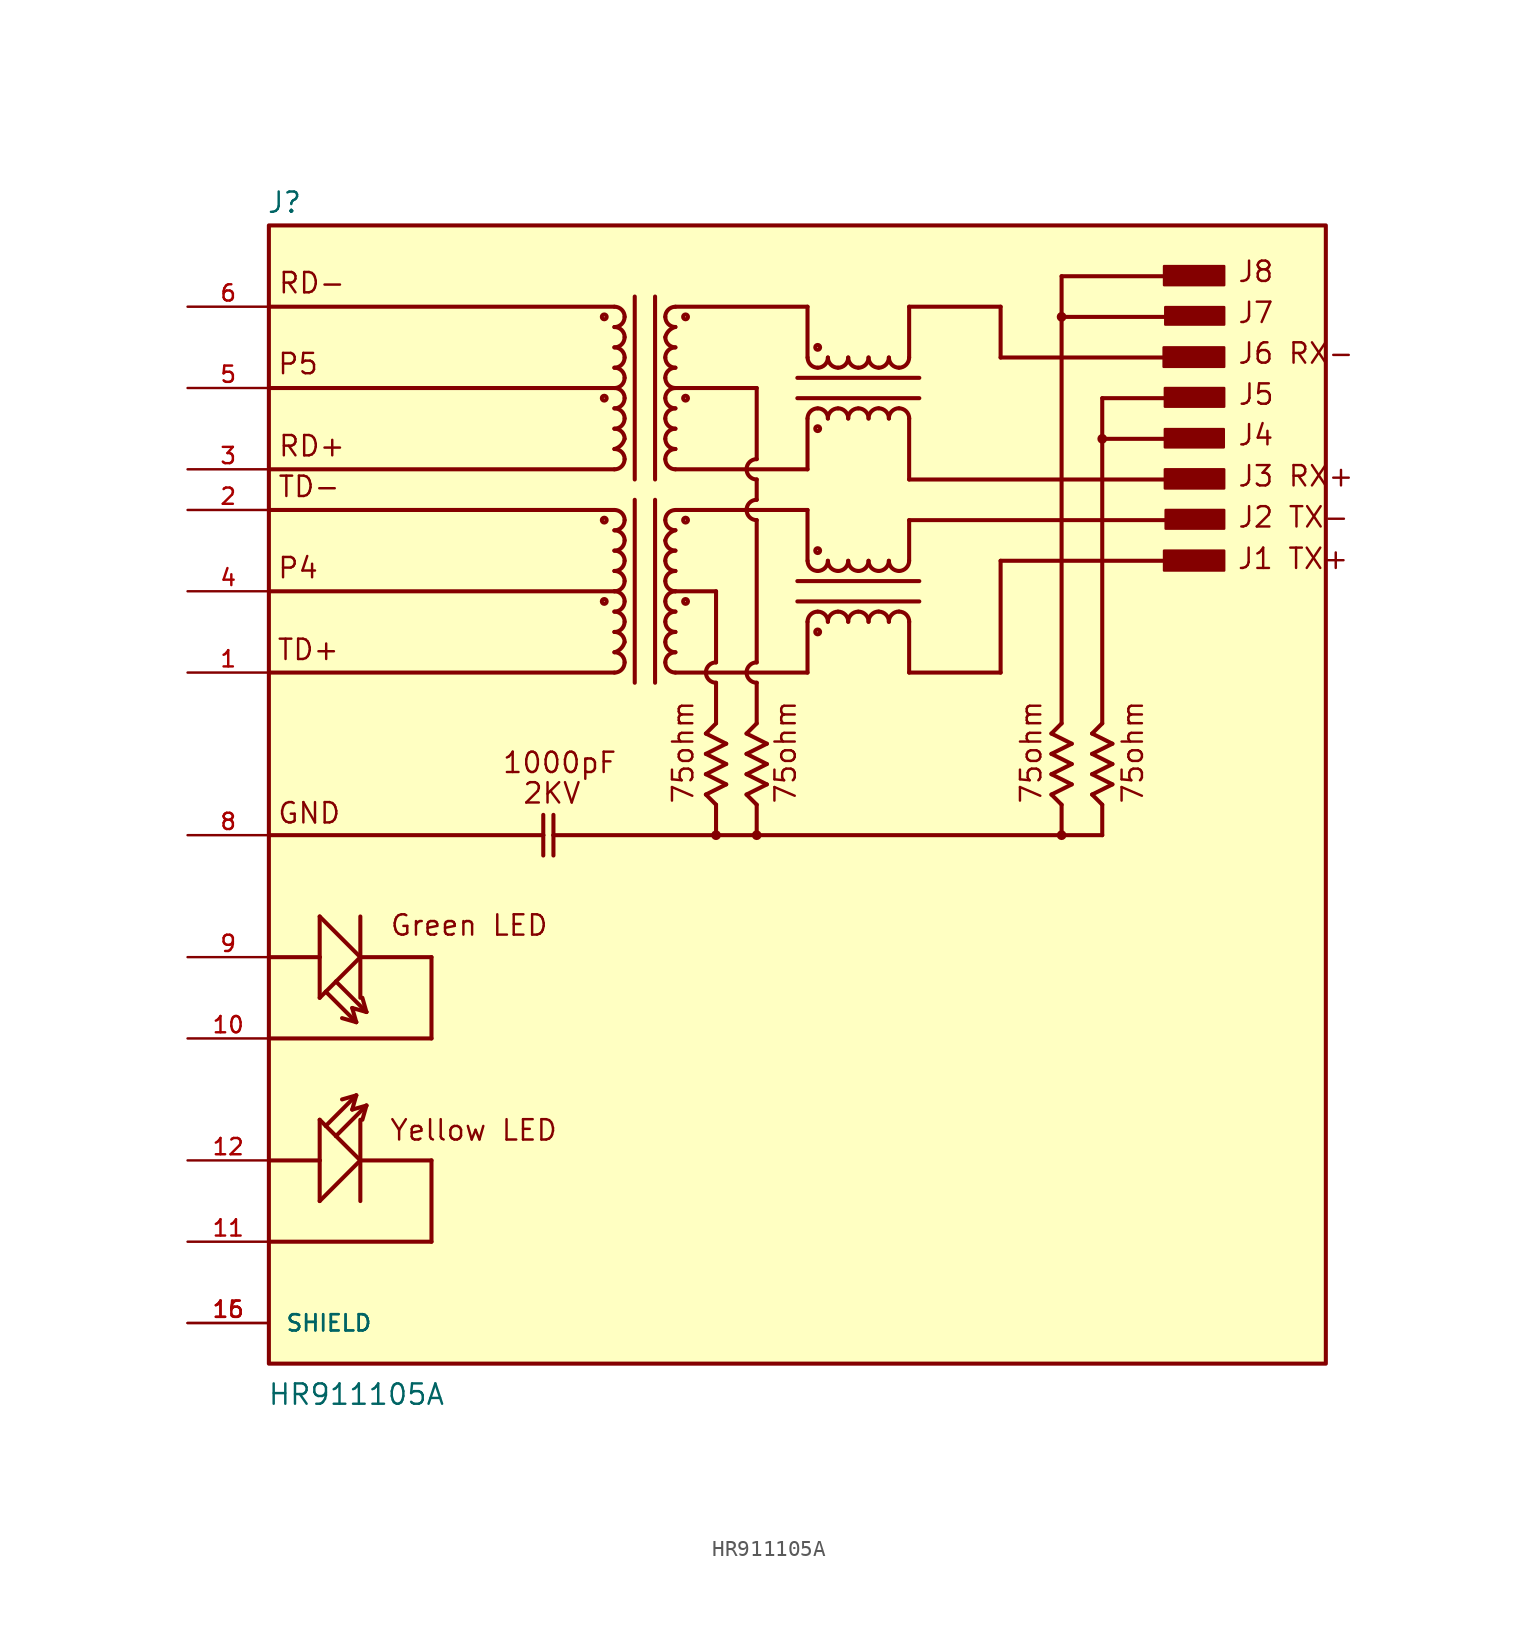
<source format=kicad_sym>
(kicad_symbol_lib
  (version 20211014)
  (generator kicad_symbol_editor)
  (symbol "HR911105A"
    (pin_names
      (offset 1.016))
    (property "Reference" "J"
      (at -33.172 36.246 0)
      (effects (font (size 1.27 1.27)) (justify left bottom)))
    (property "Value" "HR911105A"
      (at -33.122 -38.227 0)
      (effects (font (size 1.27 1.27)) (justify left bottom)))
    (property "ki_locked" ""
      (at 0 0 0)
      (effects (font (size 1.27 1.27))))
    (symbol "HR911105A_0_0"
      (rectangle (start -33.02 -35.56) (end 33.02 35.56) (stroke (width 0.254) (type default) (color 0 0 0 0)) (fill (type background)))
      (circle (center -12.065 12.065) (radius 0.152) (stroke (width 0.254) (type default) (color 0 0 0 0)) (fill (type none)))
      (circle (center -12.065 17.145) (radius 0.152) (stroke (width 0.254) (type default) (color 0 0 0 0)) (fill (type none)))
      (circle (center -12.065 24.765) (radius 0.152) (stroke (width 0.254) (type default) (color 0 0 0 0)) (fill (type none)))
      (circle (center -12.065 29.845) (radius 0.152) (stroke (width 0.254) (type default) (color 0 0 0 0)) (fill (type none)))
      (arc (start -11.43 7.62) (mid -10.981 7.806) (end -10.795 8.255) (stroke (width 0.254) (type default) (color 0 0 0 0)) (fill (type none)))
      (arc (start -11.43 8.89) (mid -11.0269 9.1219) (end -10.795 9.525) (stroke (width 0.254) (type default) (color 0 0 0 0)) (fill (type none)))
      (arc (start -11.43 10.16) (mid -10.981 10.346) (end -10.795 10.795) (stroke (width 0.254) (type default) (color 0 0 0 0)) (fill (type none)))
      (arc (start -11.43 11.43) (mid -10.981 11.616) (end -10.795 12.065) (stroke (width 0.254) (type default) (color 0 0 0 0)) (fill (type none)))
      (arc (start -11.43 12.7) (mid -10.981 12.886) (end -10.795 13.335) (stroke (width 0.254) (type default) (color 0 0 0 0)) (fill (type none)))
      (arc (start -11.43 13.97) (mid -10.981 14.156) (end -10.795 14.605) (stroke (width 0.254) (type default) (color 0 0 0 0)) (fill (type none)))
      (arc (start -11.43 15.24) (mid -10.981 15.426) (end -10.795 15.875) (stroke (width 0.254) (type default) (color 0 0 0 0)) (fill (type none)))
      (arc (start -11.43 16.51) (mid -10.981 16.696) (end -10.795 17.145) (stroke (width 0.254) (type default) (color 0 0 0 0)) (fill (type none)))
      (arc (start -11.43 20.32) (mid -10.981 20.506) (end -10.795 20.955) (stroke (width 0.254) (type default) (color 0 0 0 0)) (fill (type none)))
      (arc (start -11.43 21.59) (mid -11.0269 21.8219) (end -10.795 22.225) (stroke (width 0.254) (type default) (color 0 0 0 0)) (fill (type none)))
      (arc (start -11.43 22.86) (mid -10.981 23.046) (end -10.795 23.495) (stroke (width 0.254) (type default) (color 0 0 0 0)) (fill (type none)))
      (arc (start -11.43 24.13) (mid -10.981 24.316) (end -10.795 24.765) (stroke (width 0.254) (type default) (color 0 0 0 0)) (fill (type none)))
      (arc (start -11.43 25.4) (mid -10.981 25.586) (end -10.795 26.035) (stroke (width 0.254) (type default) (color 0 0 0 0)) (fill (type none)))
      (arc (start -11.43 26.67) (mid -10.981 26.856) (end -10.795 27.305) (stroke (width 0.254) (type default) (color 0 0 0 0)) (fill (type none)))
      (arc (start -11.43 27.94) (mid -10.981 28.126) (end -10.795 28.575) (stroke (width 0.254) (type default) (color 0 0 0 0)) (fill (type none)))
      (arc (start -11.43 29.21) (mid -10.981 29.396) (end -10.795 29.845) (stroke (width 0.254) (type default) (color 0 0 0 0)) (fill (type none)))
      (arc (start -10.795 8.255) (mid -10.981 8.704) (end -11.43 8.89) (stroke (width 0.254) (type default) (color 0 0 0 0)) (fill (type none)))
      (arc (start -10.795 9.525) (mid -10.981 9.974) (end -11.43 10.16) (stroke (width 0.254) (type default) (color 0 0 0 0)) (fill (type none)))
      (arc (start -10.795 10.795) (mid -10.981 11.244) (end -11.43 11.43) (stroke (width 0.254) (type default) (color 0 0 0 0)) (fill (type none)))
      (arc (start -10.795 12.065) (mid -10.981 12.514) (end -11.43 12.7) (stroke (width 0.254) (type default) (color 0 0 0 0)) (fill (type none)))
      (arc (start -10.795 13.335) (mid -10.981 13.784) (end -11.43 13.97) (stroke (width 0.254) (type default) (color 0 0 0 0)) (fill (type none)))
      (arc (start -10.795 14.605) (mid -10.981 15.054) (end -11.43 15.24) (stroke (width 0.254) (type default) (color 0 0 0 0)) (fill (type none)))
      (arc (start -10.795 15.875) (mid -10.981 16.324) (end -11.43 16.51) (stroke (width 0.254) (type default) (color 0 0 0 0)) (fill (type none)))
      (arc (start -10.795 17.145) (mid -10.981 17.594) (end -11.43 17.78) (stroke (width 0.254) (type default) (color 0 0 0 0)) (fill (type none)))
      (arc (start -10.795 20.955) (mid -10.981 21.404) (end -11.43 21.59) (stroke (width 0.254) (type default) (color 0 0 0 0)) (fill (type none)))
      (arc (start -10.795 22.225) (mid -10.981 22.674) (end -11.43 22.86) (stroke (width 0.254) (type default) (color 0 0 0 0)) (fill (type none)))
      (arc (start -10.795 23.495) (mid -10.981 23.944) (end -11.43 24.13) (stroke (width 0.254) (type default) (color 0 0 0 0)) (fill (type none)))
      (arc (start -10.795 24.765) (mid -10.981 25.214) (end -11.43 25.4) (stroke (width 0.254) (type default) (color 0 0 0 0)) (fill (type none)))
      (arc (start -10.795 26.035) (mid -10.981 26.484) (end -11.43 26.67) (stroke (width 0.254) (type default) (color 0 0 0 0)) (fill (type none)))
      (arc (start -10.795 27.305) (mid -10.981 27.754) (end -11.43 27.94) (stroke (width 0.254) (type default) (color 0 0 0 0)) (fill (type none)))
      (arc (start -10.795 28.575) (mid -10.981 29.024) (end -11.43 29.21) (stroke (width 0.254) (type default) (color 0 0 0 0)) (fill (type none)))
      (arc (start -10.795 29.845) (mid -10.981 30.294) (end -11.43 30.48) (stroke (width 0.254) (type default) (color 0 0 0 0)) (fill (type none)))
      (arc (start -8.255 8.255) (mid -8.069 7.806) (end -7.62 7.62) (stroke (width 0.254) (type default) (color 0 0 0 0)) (fill (type none)))
      (arc (start -8.255 9.525) (mid -8.069 9.076) (end -7.62 8.89) (stroke (width 0.254) (type default) (color 0 0 0 0)) (fill (type none)))
      (arc (start -8.255 10.795) (mid -8.069 10.346) (end -7.62 10.16) (stroke (width 0.254) (type default) (color 0 0 0 0)) (fill (type none)))
      (arc (start -8.255 12.065) (mid -8.069 11.616) (end -7.62 11.43) (stroke (width 0.254) (type default) (color 0 0 0 0)) (fill (type none)))
      (arc (start -8.255 13.335) (mid -8.069 12.886) (end -7.62 12.7) (stroke (width 0.254) (type default) (color 0 0 0 0)) (fill (type none)))
      (arc (start -8.255 14.605) (mid -8.069 14.156) (end -7.62 13.97) (stroke (width 0.254) (type default) (color 0 0 0 0)) (fill (type none)))
      (arc (start -8.255 15.875) (mid -8.069 15.426) (end -7.62 15.24) (stroke (width 0.254) (type default) (color 0 0 0 0)) (fill (type none)))
      (arc (start -8.255 17.145) (mid -8.069 16.696) (end -7.62 16.51) (stroke (width 0.254) (type default) (color 0 0 0 0)) (fill (type none)))
      (arc (start -8.255 20.955) (mid -8.069 20.506) (end -7.62 20.32) (stroke (width 0.254) (type default) (color 0 0 0 0)) (fill (type none)))
      (arc (start -8.255 22.225) (mid -8.069 21.776) (end -7.62 21.59) (stroke (width 0.254) (type default) (color 0 0 0 0)) (fill (type none)))
      (arc (start -8.255 23.495) (mid -8.069 23.046) (end -7.62 22.86) (stroke (width 0.254) (type default) (color 0 0 0 0)) (fill (type none)))
      (arc (start -8.255 24.765) (mid -8.069 24.316) (end -7.62 24.13) (stroke (width 0.254) (type default) (color 0 0 0 0)) (fill (type none)))
      (arc (start -8.255 26.035) (mid -8.069 25.586) (end -7.62 25.4) (stroke (width 0.254) (type default) (color 0 0 0 0)) (fill (type none)))
      (arc (start -8.255 27.305) (mid -8.069 26.856) (end -7.62 26.67) (stroke (width 0.254) (type default) (color 0 0 0 0)) (fill (type none)))
      (arc (start -8.255 28.575) (mid -8.069 28.126) (end -7.62 27.94) (stroke (width 0.254) (type default) (color 0 0 0 0)) (fill (type none)))
      (arc (start -8.255 29.845) (mid -8.069 29.396) (end -7.62 29.21) (stroke (width 0.254) (type default) (color 0 0 0 0)) (fill (type none)))
      (arc (start -7.62 8.89) (mid -8.069 8.704) (end -8.255 8.255) (stroke (width 0.254) (type default) (color 0 0 0 0)) (fill (type none)))
      (arc (start -7.62 10.16) (mid -8.069 9.974) (end -8.255 9.525) (stroke (width 0.254) (type default) (color 0 0 0 0)) (fill (type none)))
      (arc (start -7.62 11.43) (mid -8.069 11.244) (end -8.255 10.795) (stroke (width 0.254) (type default) (color 0 0 0 0)) (fill (type none)))
      (arc (start -7.62 12.7) (mid -8.069 12.514) (end -8.255 12.065) (stroke (width 0.254) (type default) (color 0 0 0 0)) (fill (type none)))
      (arc (start -7.62 13.97) (mid -8.069 13.784) (end -8.255 13.335) (stroke (width 0.254) (type default) (color 0 0 0 0)) (fill (type none)))
      (arc (start -7.62 15.24) (mid -8.069 15.054) (end -8.255 14.605) (stroke (width 0.254) (type default) (color 0 0 0 0)) (fill (type none)))
      (arc (start -7.62 16.51) (mid -8.0231 16.2781) (end -8.255 15.875) (stroke (width 0.254) (type default) (color 0 0 0 0)) (fill (type none)))
      (arc (start -7.62 17.78) (mid -8.069 17.594) (end -8.255 17.145) (stroke (width 0.254) (type default) (color 0 0 0 0)) (fill (type none)))
      (arc (start -7.62 21.59) (mid -8.069 21.404) (end -8.255 20.955) (stroke (width 0.254) (type default) (color 0 0 0 0)) (fill (type none)))
      (arc (start -7.62 22.86) (mid -8.069 22.674) (end -8.255 22.225) (stroke (width 0.254) (type default) (color 0 0 0 0)) (fill (type none)))
      (arc (start -7.62 24.13) (mid -8.069 23.944) (end -8.255 23.495) (stroke (width 0.254) (type default) (color 0 0 0 0)) (fill (type none)))
      (arc (start -7.62 25.4) (mid -8.069 25.214) (end -8.255 24.765) (stroke (width 0.254) (type default) (color 0 0 0 0)) (fill (type none)))
      (arc (start -7.62 26.67) (mid -8.069 26.484) (end -8.255 26.035) (stroke (width 0.254) (type default) (color 0 0 0 0)) (fill (type none)))
      (arc (start -7.62 27.94) (mid -8.069 27.754) (end -8.255 27.305) (stroke (width 0.254) (type default) (color 0 0 0 0)) (fill (type none)))
      (arc (start -7.62 29.21) (mid -8.0231 28.9781) (end -8.255 28.575) (stroke (width 0.254) (type default) (color 0 0 0 0)) (fill (type none)))
      (arc (start -7.62 30.48) (mid -8.069 30.294) (end -8.255 29.845) (stroke (width 0.254) (type default) (color 0 0 0 0)) (fill (type none)))
      (circle (center -6.985 12.065) (radius 0.152) (stroke (width 0.254) (type default) (color 0 0 0 0)) (fill (type none)))
      (circle (center -6.985 17.145) (radius 0.152) (stroke (width 0.254) (type default) (color 0 0 0 0)) (fill (type none)))
      (circle (center -6.985 24.765) (radius 0.152) (stroke (width 0.254) (type default) (color 0 0 0 0)) (fill (type none)))
      (circle (center -6.985 29.845) (radius 0.152) (stroke (width 0.254) (type default) (color 0 0 0 0)) (fill (type none)))
      (arc (start -5.715 7.62) (mid -5.529 7.171) (end -5.08 6.985) (stroke (width 0.254) (type default) (color 0 0 0 0)) (fill (type none)))
      (circle (center -5.08 -2.54) (radius 0.178) (stroke (width 0.254) (type default) (color 0 0 0 0)) (fill (type none)))
      (arc (start -5.08 8.255) (mid -5.529 8.069) (end -5.715 7.62) (stroke (width 0.254) (type default) (color 0 0 0 0)) (fill (type none)))
      (arc (start -3.175 7.62) (mid -2.989 7.171) (end -2.54 6.985) (stroke (width 0.254) (type default) (color 0 0 0 0)) (fill (type none)))
      (arc (start -3.175 17.78) (mid -2.989 17.331) (end -2.54 17.145) (stroke (width 0.254) (type default) (color 0 0 0 0)) (fill (type none)))
      (arc (start -3.175 20.32) (mid -2.989 19.871) (end -2.54 19.685) (stroke (width 0.254) (type default) (color 0 0 0 0)) (fill (type none)))
      (circle (center -2.54 -2.54) (radius 0.178) (stroke (width 0.254) (type default) (color 0 0 0 0)) (fill (type none)))
      (arc (start -2.54 8.255) (mid -2.989 8.069) (end -3.175 7.62) (stroke (width 0.254) (type default) (color 0 0 0 0)) (fill (type none)))
      (arc (start -2.54 18.415) (mid -2.989 18.229) (end -3.175 17.78) (stroke (width 0.254) (type default) (color 0 0 0 0)) (fill (type none)))
      (arc (start -2.54 20.955) (mid -2.989 20.769) (end -3.175 20.32) (stroke (width 0.254) (type default) (color 0 0 0 0)) (fill (type none)))
      (polyline (pts (xy -33.02 -27.94) (xy -22.86 -27.94)) (stroke (width 0.254) (type default) (color 0 0 0 0)) (fill (type none)))
      (polyline (pts (xy -33.02 -15.24) (xy -22.86 -15.24)) (stroke (width 0.254) (type default) (color 0 0 0 0)) (fill (type none)))
      (polyline (pts (xy -33.02 12.7) (xy -11.43 12.7)) (stroke (width 0.254) (type default) (color 0 0 0 0)) (fill (type none)))
      (polyline (pts (xy -33.02 20.32) (xy -11.43 20.32)) (stroke (width 0.254) (type default) (color 0 0 0 0)) (fill (type none)))
      (polyline (pts (xy -29.845 -25.4) (xy -27.305 -22.86)) (stroke (width 0.254) (type default) (color 0 0 0 0)) (fill (type none)))
      (polyline (pts (xy -29.845 -22.86) (xy -33.02 -22.86)) (stroke (width 0.254) (type default) (color 0 0 0 0)) (fill (type none)))
      (polyline (pts (xy -29.845 -22.86) (xy -29.845 -25.4)) (stroke (width 0.254) (type default) (color 0 0 0 0)) (fill (type none)))
      (polyline (pts (xy -29.845 -20.32) (xy -29.845 -22.86)) (stroke (width 0.254) (type default) (color 0 0 0 0)) (fill (type none)))
      (polyline (pts (xy -29.845 -12.7) (xy -29.845 -10.16)) (stroke (width 0.254) (type default) (color 0 0 0 0)) (fill (type none)))
      (polyline (pts (xy -29.845 -10.16) (xy -33.02 -10.16)) (stroke (width 0.254) (type default) (color 0 0 0 0)) (fill (type none)))
      (polyline (pts (xy -29.845 -10.16) (xy -29.845 -7.62)) (stroke (width 0.254) (type default) (color 0 0 0 0)) (fill (type none)))
      (polyline (pts (xy -29.845 -7.62) (xy -27.305 -10.16)) (stroke (width 0.254) (type default) (color 0 0 0 0)) (fill (type none)))
      (polyline (pts (xy -29.464 -20.701) (xy -29.845 -20.32)) (stroke (width 0.254) (type default) (color 0 0 0 0)) (fill (type none)))
      (polyline (pts (xy -29.464 -20.701) (xy -27.559 -18.796)) (stroke (width 0.254) (type default) (color 0 0 0 0)) (fill (type none)))
      (polyline (pts (xy -29.464 -12.319) (xy -29.845 -12.7)) (stroke (width 0.254) (type default) (color 0 0 0 0)) (fill (type none)))
      (polyline (pts (xy -29.464 -12.319) (xy -27.559 -14.224)) (stroke (width 0.254) (type default) (color 0 0 0 0)) (fill (type none)))
      (polyline (pts (xy -28.829 -21.336) (xy -29.464 -20.701)) (stroke (width 0.254) (type default) (color 0 0 0 0)) (fill (type none)))
      (polyline (pts (xy -28.829 -21.336) (xy -26.924 -19.431)) (stroke (width 0.254) (type default) (color 0 0 0 0)) (fill (type none)))
      (polyline (pts (xy -28.829 -11.684) (xy -29.464 -12.319)) (stroke (width 0.254) (type default) (color 0 0 0 0)) (fill (type none)))
      (polyline (pts (xy -28.829 -11.684) (xy -26.924 -13.589)) (stroke (width 0.254) (type default) (color 0 0 0 0)) (fill (type none)))
      (polyline (pts (xy -27.559 -18.796) (xy -28.448 -19.05)) (stroke (width 0.254) (type default) (color 0 0 0 0)) (fill (type none)))
      (polyline (pts (xy -27.559 -18.796) (xy -27.813 -19.685)) (stroke (width 0.254) (type default) (color 0 0 0 0)) (fill (type none)))
      (polyline (pts (xy -27.559 -14.224) (xy -28.448 -13.97)) (stroke (width 0.254) (type default) (color 0 0 0 0)) (fill (type none)))
      (polyline (pts (xy -27.559 -14.224) (xy -27.813 -13.335)) (stroke (width 0.254) (type default) (color 0 0 0 0)) (fill (type none)))
      (polyline (pts (xy -27.305 -22.86) (xy -28.829 -21.336)) (stroke (width 0.254) (type default) (color 0 0 0 0)) (fill (type none)))
      (polyline (pts (xy -27.305 -22.86) (xy -27.305 -25.4)) (stroke (width 0.254) (type default) (color 0 0 0 0)) (fill (type none)))
      (polyline (pts (xy -27.305 -22.86) (xy -22.86 -22.86)) (stroke (width 0.254) (type default) (color 0 0 0 0)) (fill (type none)))
      (polyline (pts (xy -27.305 -20.32) (xy -27.305 -22.86)) (stroke (width 0.254) (type default) (color 0 0 0 0)) (fill (type none)))
      (polyline (pts (xy -27.305 -12.7) (xy -27.305 -10.16)) (stroke (width 0.254) (type default) (color 0 0 0 0)) (fill (type none)))
      (polyline (pts (xy -27.305 -10.16) (xy -28.829 -11.684)) (stroke (width 0.254) (type default) (color 0 0 0 0)) (fill (type none)))
      (polyline (pts (xy -27.305 -10.16) (xy -27.305 -7.62)) (stroke (width 0.254) (type default) (color 0 0 0 0)) (fill (type none)))
      (polyline (pts (xy -27.305 -10.16) (xy -22.86 -10.16)) (stroke (width 0.254) (type default) (color 0 0 0 0)) (fill (type none)))
      (polyline (pts (xy -26.924 -19.431) (xy -27.813 -19.685)) (stroke (width 0.254) (type default) (color 0 0 0 0)) (fill (type none)))
      (polyline (pts (xy -26.924 -19.431) (xy -27.178 -20.32)) (stroke (width 0.254) (type default) (color 0 0 0 0)) (fill (type none)))
      (polyline (pts (xy -26.924 -13.589) (xy -27.813 -13.335)) (stroke (width 0.254) (type default) (color 0 0 0 0)) (fill (type none)))
      (polyline (pts (xy -26.924 -13.589) (xy -27.178 -12.7)) (stroke (width 0.254) (type default) (color 0 0 0 0)) (fill (type none)))
      (polyline (pts (xy -22.86 -27.94) (xy -22.86 -22.86)) (stroke (width 0.254) (type default) (color 0 0 0 0)) (fill (type none)))
      (polyline (pts (xy -22.86 -15.24) (xy -22.86 -10.16)) (stroke (width 0.254) (type default) (color 0 0 0 0)) (fill (type none)))
      (polyline (pts (xy -15.875 -2.54) (xy -33.02 -2.54)) (stroke (width 0.254) (type default) (color 0 0 0 0)) (fill (type none)))
      (polyline (pts (xy -15.875 -2.54) (xy -15.875 -3.81)) (stroke (width 0.254) (type default) (color 0 0 0 0)) (fill (type none)))
      (polyline (pts (xy -15.875 -1.27) (xy -15.875 -2.54)) (stroke (width 0.254) (type default) (color 0 0 0 0)) (fill (type none)))
      (polyline (pts (xy -15.24 -2.54) (xy -15.24 -3.81)) (stroke (width 0.254) (type default) (color 0 0 0 0)) (fill (type none)))
      (polyline (pts (xy -15.24 -2.54) (xy -15.24 -1.27)) (stroke (width 0.254) (type default) (color 0 0 0 0)) (fill (type none)))
      (polyline (pts (xy -11.43 7.62) (xy -33.02 7.62)) (stroke (width 0.254) (type default) (color 0 0 0 0)) (fill (type none)))
      (polyline (pts (xy -11.43 17.78) (xy -33.02 17.78)) (stroke (width 0.254) (type default) (color 0 0 0 0)) (fill (type none)))
      (polyline (pts (xy -11.43 25.4) (xy -33.02 25.4)) (stroke (width 0.254) (type default) (color 0 0 0 0)) (fill (type none)))
      (polyline (pts (xy -11.43 30.48) (xy -33.02 30.48)) (stroke (width 0.254) (type default) (color 0 0 0 0)) (fill (type none)))
      (polyline (pts (xy -10.16 18.415) (xy -10.16 6.985)) (stroke (width 0.254) (type default) (color 0 0 0 0)) (fill (type none)))
      (polyline (pts (xy -10.16 31.115) (xy -10.16 19.685)) (stroke (width 0.254) (type default) (color 0 0 0 0)) (fill (type none)))
      (polyline (pts (xy -8.89 18.415) (xy -8.89 6.985)) (stroke (width 0.254) (type default) (color 0 0 0 0)) (fill (type none)))
      (polyline (pts (xy -8.89 31.115) (xy -8.89 19.685)) (stroke (width 0.254) (type default) (color 0 0 0 0)) (fill (type none)))
      (polyline (pts (xy -7.62 7.62) (xy -5.715 7.62)) (stroke (width 0.254) (type default) (color 0 0 0 0)) (fill (type none)))
      (polyline (pts (xy -7.62 20.32) (xy -3.175 20.32)) (stroke (width 0.254) (type default) (color 0 0 0 0)) (fill (type none)))
      (polyline (pts (xy -7.62 25.4) (xy -2.54 25.4)) (stroke (width 0.254) (type default) (color 0 0 0 0)) (fill (type none)))
      (polyline (pts (xy -5.715 0) (xy -5.08 -0.635)) (stroke (width 0.254) (type default) (color 0 0 0 0)) (fill (type none)))
      (polyline (pts (xy -5.715 1.27) (xy -4.445 0.635)) (stroke (width 0.254) (type default) (color 0 0 0 0)) (fill (type none)))
      (polyline (pts (xy -5.715 2.54) (xy -4.445 1.905)) (stroke (width 0.254) (type default) (color 0 0 0 0)) (fill (type none)))
      (polyline (pts (xy -5.715 3.81) (xy -4.445 3.175)) (stroke (width 0.254) (type default) (color 0 0 0 0)) (fill (type none)))
      (polyline (pts (xy -5.715 7.62) (xy -3.175 7.62)) (stroke (width 0.254) (type default) (color 0 0 0 0)) (fill (type none)))
      (polyline (pts (xy -5.08 -2.54) (xy -15.24 -2.54)) (stroke (width 0.254) (type default) (color 0 0 0 0)) (fill (type none)))
      (polyline (pts (xy -5.08 -0.635) (xy -5.08 -2.54)) (stroke (width 0.254) (type default) (color 0 0 0 0)) (fill (type none)))
      (polyline (pts (xy -5.08 4.445) (xy -5.715 3.81)) (stroke (width 0.254) (type default) (color 0 0 0 0)) (fill (type none)))
      (polyline (pts (xy -5.08 6.985) (xy -5.08 4.445)) (stroke (width 0.254) (type default) (color 0 0 0 0)) (fill (type none)))
      (polyline (pts (xy -5.08 8.255) (xy -5.08 12.7)) (stroke (width 0.254) (type default) (color 0 0 0 0)) (fill (type none)))
      (polyline (pts (xy -5.08 12.7) (xy -7.62 12.7)) (stroke (width 0.254) (type default) (color 0 0 0 0)) (fill (type none)))
      (polyline (pts (xy -4.445 0.635) (xy -5.715 0)) (stroke (width 0.254) (type default) (color 0 0 0 0)) (fill (type none)))
      (polyline (pts (xy -4.445 1.905) (xy -5.715 1.27)) (stroke (width 0.254) (type default) (color 0 0 0 0)) (fill (type none)))
      (polyline (pts (xy -4.445 3.175) (xy -5.715 2.54)) (stroke (width 0.254) (type default) (color 0 0 0 0)) (fill (type none)))
      (polyline (pts (xy -3.175 0) (xy -2.54 -0.635)) (stroke (width 0.254) (type default) (color 0 0 0 0)) (fill (type none)))
      (polyline (pts (xy -3.175 1.27) (xy -1.905 0.635)) (stroke (width 0.254) (type default) (color 0 0 0 0)) (fill (type none)))
      (polyline (pts (xy -3.175 2.54) (xy -1.905 1.905)) (stroke (width 0.254) (type default) (color 0 0 0 0)) (fill (type none)))
      (polyline (pts (xy -3.175 3.81) (xy -1.905 3.175)) (stroke (width 0.254) (type default) (color 0 0 0 0)) (fill (type none)))
      (polyline (pts (xy -3.175 7.62) (xy 0.635 7.62)) (stroke (width 0.254) (type default) (color 0 0 0 0)) (fill (type none)))
      (polyline (pts (xy -3.175 17.78) (xy -7.62 17.78)) (stroke (width 0.254) (type default) (color 0 0 0 0)) (fill (type none)))
      (polyline (pts (xy -3.175 20.32) (xy 0.635 20.32)) (stroke (width 0.254) (type default) (color 0 0 0 0)) (fill (type none)))
      (polyline (pts (xy -2.54 -0.635) (xy -2.54 -2.54)) (stroke (width 0.254) (type default) (color 0 0 0 0)) (fill (type none)))
      (polyline (pts (xy -2.54 4.445) (xy -3.175 3.81)) (stroke (width 0.254) (type default) (color 0 0 0 0)) (fill (type none)))
      (polyline (pts (xy -2.54 6.985) (xy -2.54 4.445)) (stroke (width 0.254) (type default) (color 0 0 0 0)) (fill (type none)))
      (polyline (pts (xy -2.54 17.145) (xy -2.54 8.255)) (stroke (width 0.254) (type default) (color 0 0 0 0)) (fill (type none)))
      (polyline (pts (xy -2.54 19.685) (xy -2.54 18.415)) (stroke (width 0.254) (type default) (color 0 0 0 0)) (fill (type none)))
      (polyline (pts (xy -2.54 25.4) (xy -2.54 20.955)) (stroke (width 0.254) (type default) (color 0 0 0 0)) (fill (type none)))
      (polyline (pts (xy -1.905 0.635) (xy -3.175 0)) (stroke (width 0.254) (type default) (color 0 0 0 0)) (fill (type none)))
      (polyline (pts (xy -1.905 1.905) (xy -3.175 1.27)) (stroke (width 0.254) (type default) (color 0 0 0 0)) (fill (type none)))
      (polyline (pts (xy -1.905 3.175) (xy -3.175 2.54)) (stroke (width 0.254) (type default) (color 0 0 0 0)) (fill (type none)))
      (polyline (pts (xy 0 12.065) (xy 7.62 12.065)) (stroke (width 0.254) (type default) (color 0 0 0 0)) (fill (type none)))
      (polyline (pts (xy 0 13.335) (xy 7.62 13.335)) (stroke (width 0.254) (type default) (color 0 0 0 0)) (fill (type none)))
      (polyline (pts (xy 0 24.765) (xy 7.62 24.765)) (stroke (width 0.254) (type default) (color 0 0 0 0)) (fill (type none)))
      (polyline (pts (xy 0 26.035) (xy 7.62 26.035)) (stroke (width 0.254) (type default) (color 0 0 0 0)) (fill (type none)))
      (polyline (pts (xy 0.635 7.62) (xy 0.635 10.795)) (stroke (width 0.254) (type default) (color 0 0 0 0)) (fill (type none)))
      (polyline (pts (xy 0.635 14.605) (xy 0.635 17.78)) (stroke (width 0.254) (type default) (color 0 0 0 0)) (fill (type none)))
      (polyline (pts (xy 0.635 17.78) (xy -3.175 17.78)) (stroke (width 0.254) (type default) (color 0 0 0 0)) (fill (type none)))
      (polyline (pts (xy 0.635 20.32) (xy 0.635 23.495)) (stroke (width 0.254) (type default) (color 0 0 0 0)) (fill (type none)))
      (polyline (pts (xy 0.635 27.305) (xy 0.635 30.48)) (stroke (width 0.254) (type default) (color 0 0 0 0)) (fill (type none)))
      (polyline (pts (xy 0.635 30.48) (xy -7.62 30.48)) (stroke (width 0.254) (type default) (color 0 0 0 0)) (fill (type none)))
      (polyline (pts (xy 6.985 10.795) (xy 6.985 7.62)) (stroke (width 0.254) (type default) (color 0 0 0 0)) (fill (type none)))
      (polyline (pts (xy 6.985 17.145) (xy 6.985 14.605)) (stroke (width 0.254) (type default) (color 0 0 0 0)) (fill (type none)))
      (polyline (pts (xy 6.985 23.495) (xy 6.985 19.685)) (stroke (width 0.254) (type default) (color 0 0 0 0)) (fill (type none)))
      (polyline (pts (xy 6.985 30.48) (xy 6.985 27.305)) (stroke (width 0.254) (type default) (color 0 0 0 0)) (fill (type none)))
      (polyline (pts (xy 12.7 7.62) (xy 6.985 7.62)) (stroke (width 0.254) (type default) (color 0 0 0 0)) (fill (type none)))
      (polyline (pts (xy 12.7 14.605) (xy 12.7 7.62)) (stroke (width 0.254) (type default) (color 0 0 0 0)) (fill (type none)))
      (polyline (pts (xy 12.7 27.305) (xy 12.7 30.48)) (stroke (width 0.254) (type default) (color 0 0 0 0)) (fill (type none)))
      (polyline (pts (xy 12.7 30.48) (xy 6.985 30.48)) (stroke (width 0.254) (type default) (color 0 0 0 0)) (fill (type none)))
      (polyline (pts (xy 15.875 0) (xy 16.51 -0.635)) (stroke (width 0.254) (type default) (color 0 0 0 0)) (fill (type none)))
      (polyline (pts (xy 15.875 1.27) (xy 17.145 0.635)) (stroke (width 0.254) (type default) (color 0 0 0 0)) (fill (type none)))
      (polyline (pts (xy 15.875 2.54) (xy 17.145 1.905)) (stroke (width 0.254) (type default) (color 0 0 0 0)) (fill (type none)))
      (polyline (pts (xy 15.875 3.81) (xy 17.145 3.175)) (stroke (width 0.254) (type default) (color 0 0 0 0)) (fill (type none)))
      (polyline (pts (xy 16.51 -0.635) (xy 16.51 -2.54)) (stroke (width 0.254) (type default) (color 0 0 0 0)) (fill (type none)))
      (polyline (pts (xy 16.51 4.445) (xy 15.875 3.81)) (stroke (width 0.254) (type default) (color 0 0 0 0)) (fill (type none)))
      (polyline (pts (xy 16.51 29.845) (xy 16.51 4.445)) (stroke (width 0.254) (type default) (color 0 0 0 0)) (fill (type none)))
      (polyline (pts (xy 16.51 29.845) (xy 23.495 29.845)) (stroke (width 0.254) (type default) (color 0 0 0 0)) (fill (type none)))
      (polyline (pts (xy 16.51 32.385) (xy 16.51 29.845)) (stroke (width 0.254) (type default) (color 0 0 0 0)) (fill (type none)))
      (polyline (pts (xy 17.145 0.635) (xy 15.875 0)) (stroke (width 0.254) (type default) (color 0 0 0 0)) (fill (type none)))
      (polyline (pts (xy 17.145 1.905) (xy 15.875 1.27)) (stroke (width 0.254) (type default) (color 0 0 0 0)) (fill (type none)))
      (polyline (pts (xy 17.145 3.175) (xy 15.875 2.54)) (stroke (width 0.254) (type default) (color 0 0 0 0)) (fill (type none)))
      (polyline (pts (xy 18.415 0) (xy 19.05 -0.635)) (stroke (width 0.254) (type default) (color 0 0 0 0)) (fill (type none)))
      (polyline (pts (xy 18.415 1.27) (xy 19.685 0.635)) (stroke (width 0.254) (type default) (color 0 0 0 0)) (fill (type none)))
      (polyline (pts (xy 18.415 2.54) (xy 19.685 1.905)) (stroke (width 0.254) (type default) (color 0 0 0 0)) (fill (type none)))
      (polyline (pts (xy 18.415 3.81) (xy 19.685 3.175)) (stroke (width 0.254) (type default) (color 0 0 0 0)) (fill (type none)))
      (polyline (pts (xy 19.05 -2.54) (xy -5.08 -2.54)) (stroke (width 0.254) (type default) (color 0 0 0 0)) (fill (type none)))
      (polyline (pts (xy 19.05 -0.635) (xy 19.05 -2.54)) (stroke (width 0.254) (type default) (color 0 0 0 0)) (fill (type none)))
      (polyline (pts (xy 19.05 4.445) (xy 18.415 3.81)) (stroke (width 0.254) (type default) (color 0 0 0 0)) (fill (type none)))
      (polyline (pts (xy 19.05 22.225) (xy 19.05 4.445)) (stroke (width 0.254) (type default) (color 0 0 0 0)) (fill (type none)))
      (polyline (pts (xy 19.05 22.225) (xy 23.495 22.225)) (stroke (width 0.254) (type default) (color 0 0 0 0)) (fill (type none)))
      (polyline (pts (xy 19.05 24.765) (xy 19.05 22.225)) (stroke (width 0.254) (type default) (color 0 0 0 0)) (fill (type none)))
      (polyline (pts (xy 19.685 0.635) (xy 18.415 0)) (stroke (width 0.254) (type default) (color 0 0 0 0)) (fill (type none)))
      (polyline (pts (xy 19.685 1.905) (xy 18.415 1.27)) (stroke (width 0.254) (type default) (color 0 0 0 0)) (fill (type none)))
      (polyline (pts (xy 19.685 3.175) (xy 18.415 2.54)) (stroke (width 0.254) (type default) (color 0 0 0 0)) (fill (type none)))
      (polyline (pts (xy 23.495 14.605) (xy 12.7 14.605)) (stroke (width 0.254) (type default) (color 0 0 0 0)) (fill (type none)))
      (polyline (pts (xy 23.495 17.145) (xy 6.985 17.145)) (stroke (width 0.254) (type default) (color 0 0 0 0)) (fill (type none)))
      (polyline (pts (xy 23.495 19.685) (xy 6.985 19.685)) (stroke (width 0.254) (type default) (color 0 0 0 0)) (fill (type none)))
      (polyline (pts (xy 23.495 24.765) (xy 19.05 24.765)) (stroke (width 0.254) (type default) (color 0 0 0 0)) (fill (type none)))
      (polyline (pts (xy 23.495 27.305) (xy 12.7 27.305)) (stroke (width 0.254) (type default) (color 0 0 0 0)) (fill (type none)))
      (polyline (pts (xy 23.495 32.385) (xy 16.51 32.385)) (stroke (width 0.254) (type default) (color 0 0 0 0)) (fill (type none)))
      (arc (start 0.635 14.605) (mid 0.821 14.156) (end 1.27 13.97) (stroke (width 0.254) (type default) (color 0 0 0 0)) (fill (type none)))
      (arc (start 0.635 27.305) (mid 0.821 26.856) (end 1.27 26.67) (stroke (width 0.254) (type default) (color 0 0 0 0)) (fill (type none)))
      (circle (center 1.27 10.16) (radius 0.152) (stroke (width 0.254) (type default) (color 0 0 0 0)) (fill (type none)))
      (arc (start 1.27 11.43) (mid 0.821 11.244) (end 0.635 10.795) (stroke (width 0.254) (type default) (color 0 0 0 0)) (fill (type none)))
      (arc (start 1.27 13.97) (mid 1.719 14.156) (end 1.905 14.605) (stroke (width 0.254) (type default) (color 0 0 0 0)) (fill (type none)))
      (circle (center 1.27 15.24) (radius 0.152) (stroke (width 0.254) (type default) (color 0 0 0 0)) (fill (type none)))
      (circle (center 1.27 22.86) (radius 0.152) (stroke (width 0.254) (type default) (color 0 0 0 0)) (fill (type none)))
      (arc (start 1.27 24.13) (mid 0.821 23.944) (end 0.635 23.495) (stroke (width 0.254) (type default) (color 0 0 0 0)) (fill (type none)))
      (arc (start 1.27 26.67) (mid 1.719 26.856) (end 1.905 27.305) (stroke (width 0.254) (type default) (color 0 0 0 0)) (fill (type none)))
      (circle (center 1.27 27.94) (radius 0.152) (stroke (width 0.254) (type default) (color 0 0 0 0)) (fill (type none)))
      (arc (start 1.905 10.795) (mid 1.719 11.244) (end 1.27 11.43) (stroke (width 0.254) (type default) (color 0 0 0 0)) (fill (type none)))
      (arc (start 1.905 14.605) (mid 2.091 14.156) (end 2.54 13.97) (stroke (width 0.254) (type default) (color 0 0 0 0)) (fill (type none)))
      (arc (start 1.905 23.495) (mid 1.719 23.944) (end 1.27 24.13) (stroke (width 0.254) (type default) (color 0 0 0 0)) (fill (type none)))
      (arc (start 1.905 27.305) (mid 2.091 26.856) (end 2.54 26.67) (stroke (width 0.254) (type default) (color 0 0 0 0)) (fill (type none)))
      (arc (start 2.54 11.43) (mid 2.091 11.244) (end 1.905 10.795) (stroke (width 0.254) (type default) (color 0 0 0 0)) (fill (type none)))
      (arc (start 2.54 13.97) (mid 2.989 14.156) (end 3.175 14.605) (stroke (width 0.254) (type default) (color 0 0 0 0)) (fill (type none)))
      (arc (start 2.54 24.13) (mid 2.091 23.944) (end 1.905 23.495) (stroke (width 0.254) (type default) (color 0 0 0 0)) (fill (type none)))
      (arc (start 2.54 26.67) (mid 2.989 26.856) (end 3.175 27.305) (stroke (width 0.254) (type default) (color 0 0 0 0)) (fill (type none)))
      (arc (start 3.175 10.795) (mid 2.989 11.244) (end 2.54 11.43) (stroke (width 0.254) (type default) (color 0 0 0 0)) (fill (type none)))
      (arc (start 3.175 14.605) (mid 3.361 14.156) (end 3.81 13.97) (stroke (width 0.254) (type default) (color 0 0 0 0)) (fill (type none)))
      (arc (start 3.175 23.495) (mid 2.989 23.944) (end 2.54 24.13) (stroke (width 0.254) (type default) (color 0 0 0 0)) (fill (type none)))
      (arc (start 3.175 27.305) (mid 3.361 26.856) (end 3.81 26.67) (stroke (width 0.254) (type default) (color 0 0 0 0)) (fill (type none)))
      (arc (start 3.81 11.43) (mid 3.361 11.244) (end 3.175 10.795) (stroke (width 0.254) (type default) (color 0 0 0 0)) (fill (type none)))
      (arc (start 3.81 13.97) (mid 4.259 14.156) (end 4.445 14.605) (stroke (width 0.254) (type default) (color 0 0 0 0)) (fill (type none)))
      (arc (start 3.81 24.13) (mid 3.361 23.944) (end 3.175 23.495) (stroke (width 0.254) (type default) (color 0 0 0 0)) (fill (type none)))
      (arc (start 3.81 26.67) (mid 4.259 26.856) (end 4.445 27.305) (stroke (width 0.254) (type default) (color 0 0 0 0)) (fill (type none)))
      (arc (start 4.445 10.795) (mid 4.259 11.244) (end 3.81 11.43) (stroke (width 0.254) (type default) (color 0 0 0 0)) (fill (type none)))
      (arc (start 4.445 14.605) (mid 4.631 14.156) (end 5.08 13.97) (stroke (width 0.254) (type default) (color 0 0 0 0)) (fill (type none)))
      (arc (start 4.445 23.495) (mid 4.259 23.944) (end 3.81 24.13) (stroke (width 0.254) (type default) (color 0 0 0 0)) (fill (type none)))
      (arc (start 4.445 27.305) (mid 4.631 26.856) (end 5.08 26.67) (stroke (width 0.254) (type default) (color 0 0 0 0)) (fill (type none)))
      (arc (start 5.08 11.43) (mid 4.631 11.244) (end 4.445 10.795) (stroke (width 0.254) (type default) (color 0 0 0 0)) (fill (type none)))
      (arc (start 5.08 13.97) (mid 5.529 14.156) (end 5.715 14.605) (stroke (width 0.254) (type default) (color 0 0 0 0)) (fill (type none)))
      (arc (start 5.08 24.13) (mid 4.631 23.944) (end 4.445 23.495) (stroke (width 0.254) (type default) (color 0 0 0 0)) (fill (type none)))
      (arc (start 5.08 26.67) (mid 5.529 26.856) (end 5.715 27.305) (stroke (width 0.254) (type default) (color 0 0 0 0)) (fill (type none)))
      (arc (start 5.715 10.795) (mid 5.529 11.244) (end 5.08 11.43) (stroke (width 0.254) (type default) (color 0 0 0 0)) (fill (type none)))
      (arc (start 5.715 14.605) (mid 5.901 14.156) (end 6.35 13.97) (stroke (width 0.254) (type default) (color 0 0 0 0)) (fill (type none)))
      (arc (start 5.715 23.495) (mid 5.529 23.944) (end 5.08 24.13) (stroke (width 0.254) (type default) (color 0 0 0 0)) (fill (type none)))
      (arc (start 5.715 27.305) (mid 5.901 26.856) (end 6.35 26.67) (stroke (width 0.254) (type default) (color 0 0 0 0)) (fill (type none)))
      (arc (start 6.35 11.43) (mid 5.901 11.244) (end 5.715 10.795) (stroke (width 0.254) (type default) (color 0 0 0 0)) (fill (type none)))
      (arc (start 6.35 13.97) (mid 6.799 14.156) (end 6.985 14.605) (stroke (width 0.254) (type default) (color 0 0 0 0)) (fill (type none)))
      (arc (start 6.35 24.13) (mid 5.901 23.944) (end 5.715 23.495) (stroke (width 0.254) (type default) (color 0 0 0 0)) (fill (type none)))
      (arc (start 6.35 26.67) (mid 6.799 26.856) (end 6.985 27.305) (stroke (width 0.254) (type default) (color 0 0 0 0)) (fill (type none)))
      (arc (start 6.985 10.795) (mid 6.799 11.244) (end 6.35 11.43) (stroke (width 0.254) (type default) (color 0 0 0 0)) (fill (type none)))
      (arc (start 6.985 23.495) (mid 6.799 23.944) (end 6.35 24.13) (stroke (width 0.254) (type default) (color 0 0 0 0)) (fill (type none)))
      (circle (center 16.51 -2.54) (radius 0.178) (stroke (width 0.254) (type default) (color 0 0 0 0)) (fill (type none)))
      (circle (center 16.51 29.845) (radius 0.178) (stroke (width 0.254) (type default) (color 0 0 0 0)) (fill (type none)))
      (circle (center 19.05 22.225) (radius 0.178) (stroke (width 0.254) (type default) (color 0 0 0 0)) (fill (type none)))
      (rectangle (start 22.885 26.721) (end 26.67 27.94) (stroke (width 0) (type default) (color 0 0 0 0)) (fill (type outline)))
      (rectangle (start 22.911 13.995) (end 26.67 15.24) (stroke (width 0) (type default) (color 0 0 0 0)) (fill (type outline)))
      (rectangle (start 22.911 31.826) (end 26.67 33.02) (stroke (width 0) (type default) (color 0 0 0 0)) (fill (type outline)))
      (rectangle (start 22.962 19.126) (end 26.67 20.32) (stroke (width 0) (type default) (color 0 0 0 0)) (fill (type outline)))
      (rectangle (start 22.962 21.692) (end 26.645 22.835) (stroke (width 0) (type default) (color 0 0 0 0)) (fill (type outline)))
      (rectangle (start 22.962 24.232) (end 26.67 25.4) (stroke (width 0) (type default) (color 0 0 0 0)) (fill (type outline)))
      (rectangle (start 22.987 29.362) (end 26.67 30.455) (stroke (width 0) (type default) (color 0 0 0 0)) (fill (type outline)))
      (rectangle (start 23.012 16.612) (end 26.67 17.78) (stroke (width 0) (type default) (color 0 0 0 0)) (fill (type outline)))
      (text "1000pF" (at -18.491 1.245 0) (effects (font (size 1.27 1.27)) (justify left bottom)))
      (text "2KV" (at -17.221 -0.66 0) (effects (font (size 1.27 1.27)) (justify left bottom)))
      (text "75ohm" (at -6.401 -0.66 900) (effects (font (size 1.27 1.27)) (justify left bottom)))
      (text "75ohm" (at 0 -0.66 900) (effects (font (size 1.27 1.27)) (justify left bottom)))
      (text "75ohm" (at 15.342 -0.66 900) (effects (font (size 1.27 1.27)) (justify left bottom)))
      (text "75ohm" (at 21.692 -0.66 900) (effects (font (size 1.27 1.27)) (justify left bottom)))
      (text "GND" (at -32.537 -1.905 0) (effects (font (size 1.27 1.27)) (justify left bottom)))
      (text "Green LED" (at -25.502 -8.915 0) (effects (font (size 1.27 1.27)) (justify left bottom)))
      (text "J1 TX+" (at 27.432 13.995 0) (effects (font (size 1.27 1.27)) (justify left bottom)))
      (text "J2 TX-" (at 27.457 16.586 0) (effects (font (size 1.27 1.27)) (justify left bottom)))
      (text "J3 RX+" (at 27.457 19.152 0) (effects (font (size 1.27 1.27)) (justify left bottom)))
      (text "J4" (at 27.457 21.717 0) (effects (font (size 1.27 1.27)) (justify left bottom)))
      (text "J5" (at 27.483 24.257 0) (effects (font (size 1.27 1.27)) (justify left bottom)))
      (text "J6 RX-" (at 27.457 26.822 0) (effects (font (size 1.27 1.27)) (justify left bottom)))
      (text "J7" (at 27.457 29.362 0) (effects (font (size 1.27 1.27)) (justify left bottom)))
      (text "J8" (at 27.457 31.928 0) (effects (font (size 1.27 1.27)) (justify left bottom)))
      (text "P4" (at -32.537 13.411 0) (effects (font (size 1.27 1.27)) (justify left bottom)))
      (text "P5" (at -32.537 26.162 0) (effects (font (size 1.27 1.27)) (justify left bottom)))
      (text "RD+" (at -32.487 21.031 0) (effects (font (size 1.27 1.27)) (justify left bottom)))
      (text "RD-" (at -32.487 31.217 0) (effects (font (size 1.27 1.27)) (justify left bottom)))
      (text "TD+" (at -32.563 8.306 0) (effects (font (size 1.27 1.27)) (justify left bottom)))
      (text "TD-" (at -32.512 18.491 0) (effects (font (size 1.27 1.27)) (justify left bottom)))
      (text "Yellow LED" (at -25.527 -21.717 0) (effects (font (size 1.27 1.27)) (justify left bottom)))
      (pin passive line (at -38.1 7.62 0) (length 5.08) (name "~" (effects (font (size 1.016 1.016)))) (number "1" (effects (font (size 1.016 1.016)))))
      (pin passive line (at -38.1 -15.24 0) (length 5.08) (name "~" (effects (font (size 1.016 1.016)))) (number "10" (effects (font (size 1.016 1.016)))))
      (pin passive line (at -38.1 -27.94 0) (length 5.08) (name "~" (effects (font (size 1.016 1.016)))) (number "11" (effects (font (size 1.016 1.016)))))
      (pin passive line (at -38.1 -22.86 0) (length 5.08) (name "~" (effects (font (size 1.016 1.016)))) (number "12" (effects (font (size 1.016 1.016)))))
      (pin passive line (at -38.1 -33.02 0) (length 5.08) (name "SHIELD" (effects (font (size 1.016 1.016)))) (number "15" (effects (font (size 1.016 1.016)))))
      (pin passive line (at -38.1 -33.02 0) (length 5.08) (name "SHIELD" (effects (font (size 1.016 1.016)))) (number "16" (effects (font (size 1.016 1.016)))))
      (pin passive line (at -38.1 17.78 0) (length 5.08) (name "~" (effects (font (size 1.016 1.016)))) (number "2" (effects (font (size 1.016 1.016)))))
      (pin passive line (at -38.1 20.32 0) (length 5.08) (name "~" (effects (font (size 1.016 1.016)))) (number "3" (effects (font (size 1.016 1.016)))))
      (pin passive line (at -38.1 12.7 0) (length 5.08) (name "~" (effects (font (size 1.016 1.016)))) (number "4" (effects (font (size 1.016 1.016)))))
      (pin passive line (at -38.1 25.4 0) (length 5.08) (name "~" (effects (font (size 1.016 1.016)))) (number "5" (effects (font (size 1.016 1.016)))))
      (pin passive line (at -38.1 30.48 0) (length 5.08) (name "~" (effects (font (size 1.016 1.016)))) (number "6" (effects (font (size 1.016 1.016)))))
      (pin power_in line (at -38.1 -2.54 0) (length 5.08) (name "~" (effects (font (size 1.016 1.016)))) (number "8" (effects (font (size 1.016 1.016)))))
      (pin passive line (at -38.1 -10.16 0) (length 5.08) (name "~" (effects (font (size 1.016 1.016)))) (number "9" (effects (font (size 1.016 1.016))))))))
</source>
